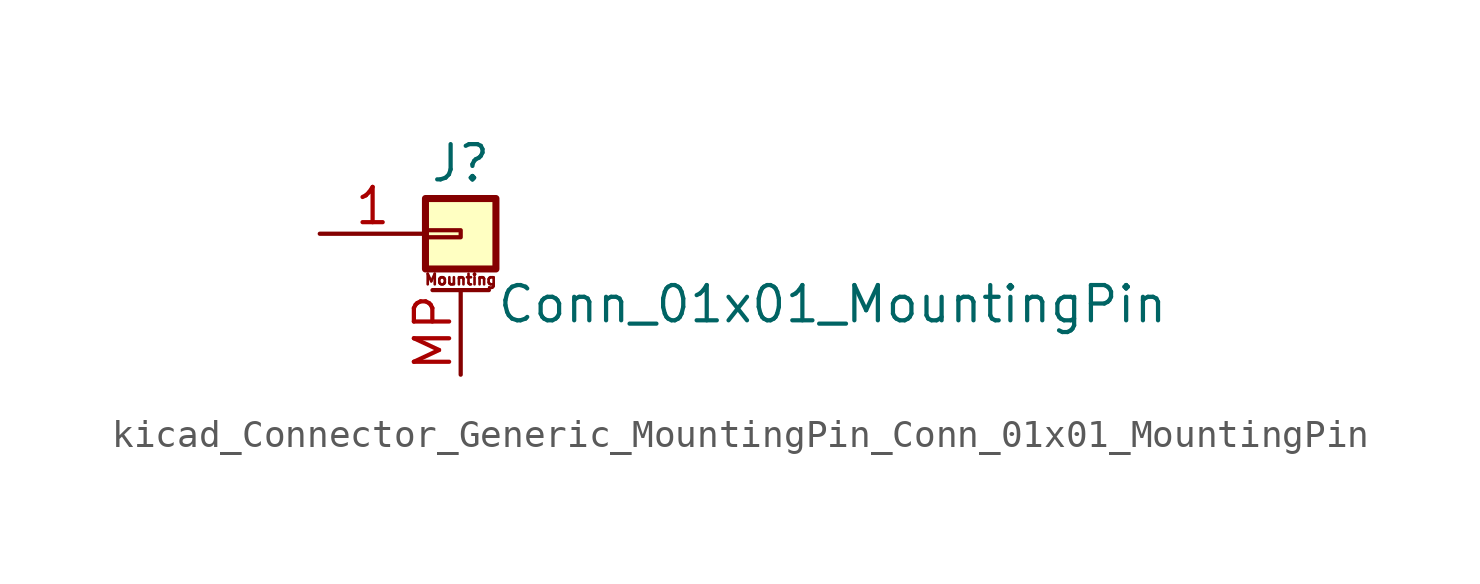
<source format=kicad_sym>
(kicad_symbol_lib
  (version 20220914)
  (generator kicad_symbol_editor)
  (symbol "kicad_Connector_Generic_MountingPin_Conn_01x01_MountingPin"
    (pin_names
      (offset 1.016) hide)
    (property "Reference" "J"
      (at 0 2.54 0)
      (effects (font (size 1.27 1.27))))
    (property "Value" "Conn_01x01_MountingPin"
      (at 1.27 -2.54 0)
      (effects (font (size 1.27 1.27)) (justify left)))
    (symbol "kicad_Connector_Generic_MountingPin_Conn_01x01_MountingPin_1_1"
      (rectangle (start -1.27 0.127) (end 0 -0.127) (stroke (width 0.152) (type default)) (fill (type none)))
      (rectangle (start -1.27 1.27) (end 1.27 -1.27) (stroke (width 0.254) (type default)) (fill (type background)))
      (polyline (pts (xy -1.016 -2.032) (xy 1.016 -2.032)) (stroke (width 0.152) (type default)) (fill (type none)))
      (text "Mounting" (at 0 -1.651 0) (effects (font (size 0.381 0.381))))
      (pin passive line (at -5.08 0 0) (length 3.81) (name "Pin_1" (effects (font (size 1.27 1.27)))) (number "1" (effects (font (size 1.27 1.27)))))
      (pin passive line (at 0 -5.08 90) (length 3.048) (name "MountPin" (effects (font (size 1.27 1.27)))) (number "MP" (effects (font (size 1.27 1.27))))))))
</source>
